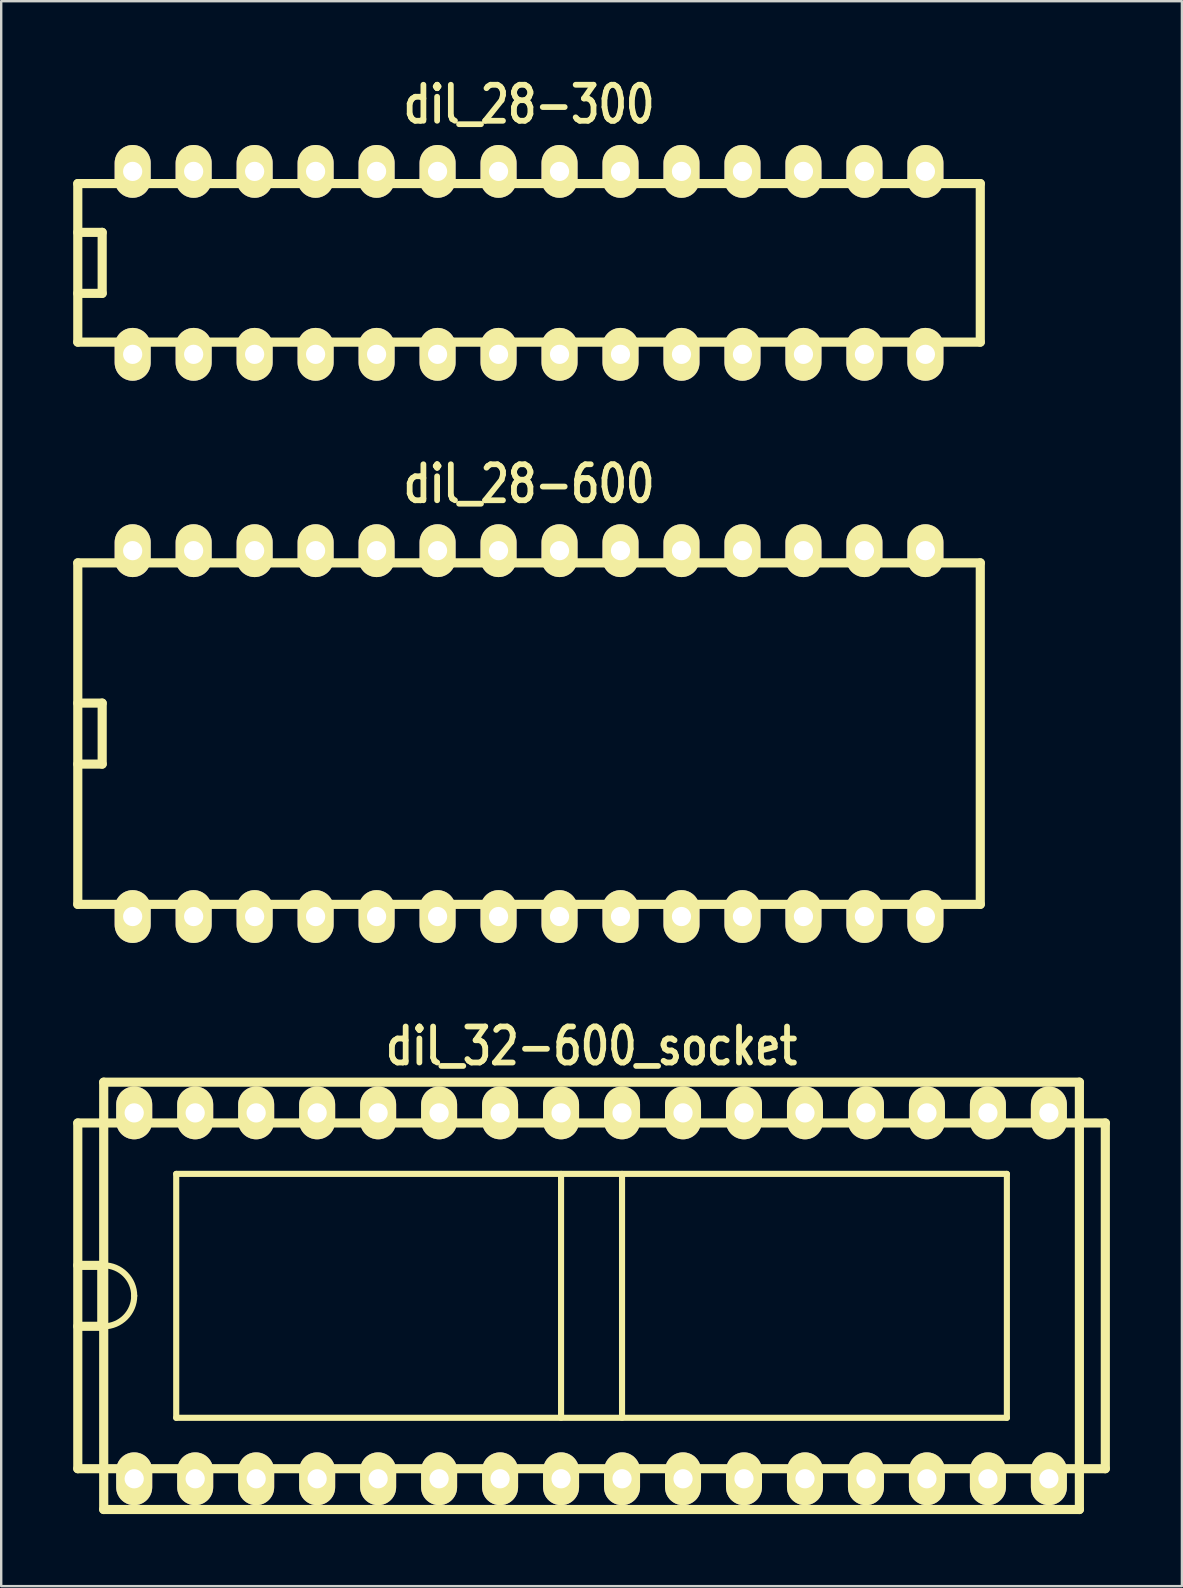
<source format=kicad_pcb>
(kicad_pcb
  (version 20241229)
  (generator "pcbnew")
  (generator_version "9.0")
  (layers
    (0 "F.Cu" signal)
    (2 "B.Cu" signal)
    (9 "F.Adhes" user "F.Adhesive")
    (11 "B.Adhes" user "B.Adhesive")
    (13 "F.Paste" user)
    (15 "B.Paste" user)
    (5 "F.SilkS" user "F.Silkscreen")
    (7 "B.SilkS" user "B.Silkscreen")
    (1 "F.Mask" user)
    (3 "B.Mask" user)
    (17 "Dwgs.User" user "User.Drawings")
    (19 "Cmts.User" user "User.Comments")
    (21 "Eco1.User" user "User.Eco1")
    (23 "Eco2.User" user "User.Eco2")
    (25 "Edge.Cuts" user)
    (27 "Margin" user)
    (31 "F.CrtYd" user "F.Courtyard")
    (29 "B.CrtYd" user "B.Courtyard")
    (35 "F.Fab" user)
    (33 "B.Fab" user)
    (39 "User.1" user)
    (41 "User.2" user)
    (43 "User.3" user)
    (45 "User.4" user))
  (footprint "dil_32-600_socket"
    (layer "F.Cu")
    (at 21.59 50.926)
    (property "Reference" "dil_32-600_socket" (at 0 -10.4 0) (layer "F.SilkS") (effects (font (size 1.5 1.2) (thickness 0.24))))
    (attr through_hole)
    (fp_line (start -21.4 -7.2) (end -21.4 7.2) (stroke (width 0.381) (type solid)) (layer "F.SilkS"))
    (fp_line (start -20.4 -1.27) (end -21.4 -1.27) (stroke (width 0.381) (type solid)) (layer "F.SilkS"))
    (fp_line (start -20.4 -1.27) (end -20.4 1.27) (stroke (width 0.381) (type solid)) (layer "F.SilkS"))
    (fp_line (start -20.4 1.27) (end -21.4 1.27) (stroke (width 0.381) (type solid)) (layer "F.SilkS"))
    (fp_line (start -20.32 -8.9) (end 20.32 -8.9) (stroke (width 0.381) (type solid)) (layer "F.SilkS"))
    (fp_line (start -20.32 8.9) (end -20.32 -8.9) (stroke (width 0.381) (type solid)) (layer "F.SilkS"))
    (fp_line (start -20.32 8.9) (end 20.32 8.9) (stroke (width 0.381) (type solid)) (layer "F.SilkS"))
    (fp_line (start -17.3 -5.08) (end -17.3 5.08) (stroke (width 0.254) (type solid)) (layer "F.SilkS"))
    (fp_line (start -17.3 -5.08) (end 17.3 -5.08) (stroke (width 0.254) (type solid)) (layer "F.SilkS"))
    (fp_line (start -1.27 -5.08) (end -1.27 5.08) (stroke (width 0.254) (type solid)) (layer "F.SilkS"))
    (fp_line (start 1.27 5.08) (end 1.27 -5.08) (stroke (width 0.254) (type solid)) (layer "F.SilkS"))
    (fp_line (start 17.3 -5.08) (end 17.3 5.08) (stroke (width 0.254) (type solid)) (layer "F.SilkS"))
    (fp_line (start 17.3 5.08) (end -17.3 5.08) (stroke (width 0.254) (type solid)) (layer "F.SilkS"))
    (fp_line (start 20.32 -8.9) (end 20.32 8.9) (stroke (width 0.381) (type solid)) (layer "F.SilkS"))
    (fp_line (start 21.4 -7.2) (end -21.4 -7.2) (stroke (width 0.381) (type solid)) (layer "F.SilkS"))
    (fp_line (start 21.4 7.2) (end -21.4 7.2) (stroke (width 0.381) (type solid)) (layer "F.SilkS"))
    (fp_line (start 21.4 7.2) (end 21.4 -7.2) (stroke (width 0.381) (type solid)) (layer "F.SilkS"))
    (fp_arc (start -20.32 -1.27) (mid -19.421974 -0.898026) (end -19.05 0) (stroke (width 0.254) (type solid)) (layer "F.SilkS"))
    (fp_arc (start -19.05 0) (mid -19.421974 0.898026) (end -20.32 1.27) (stroke (width 0.254) (type solid)) (layer "F.SilkS"))
    (pad "1" thru_hole oval (at -19.05 7.62) (size 1.5 2.2) (drill 0.8) (layers "*.Cu" "*.Mask" "F.SilkS"))
    (pad "2" thru_hole oval (at -16.51 7.62) (size 1.5 2.2) (drill 0.8) (layers "*.Cu" "*.Mask" "F.SilkS"))
    (pad "3" thru_hole oval (at -13.97 7.62) (size 1.5 2.2) (drill 0.8) (layers "*.Cu" "*.Mask" "F.SilkS"))
    (pad "4" thru_hole oval (at -11.43 7.62) (size 1.5 2.2) (drill 0.8) (layers "*.Cu" "*.Mask" "F.SilkS"))
    (pad "5" thru_hole oval (at -8.89 7.62) (size 1.5 2.2) (drill 0.8) (layers "*.Cu" "*.Mask" "F.SilkS"))
    (pad "6" thru_hole oval (at -6.35 7.62) (size 1.5 2.2) (drill 0.8) (layers "*.Cu" "*.Mask" "F.SilkS"))
    (pad "7" thru_hole oval (at -3.81 7.62) (size 1.5 2.2) (drill 0.8) (layers "*.Cu" "*.Mask" "F.SilkS"))
    (pad "8" thru_hole oval (at -1.27 7.62) (size 1.5 2.2) (drill 0.8) (layers "*.Cu" "*.Mask" "F.SilkS"))
    (pad "9" thru_hole oval (at 1.27 7.62) (size 1.5 2.2) (drill 0.8) (layers "*.Cu" "*.Mask" "F.SilkS"))
    (pad "10" thru_hole oval (at 3.81 7.62) (size 1.5 2.2) (drill 0.8) (layers "*.Cu" "*.Mask" "F.SilkS"))
    (pad "11" thru_hole oval (at 6.35 7.62) (size 1.5 2.2) (drill 0.8) (layers "*.Cu" "*.Mask" "F.SilkS"))
    (pad "12" thru_hole oval (at 8.89 7.62) (size 1.5 2.2) (drill 0.8) (layers "*.Cu" "*.Mask" "F.SilkS"))
    (pad "13" thru_hole oval (at 11.43 7.62) (size 1.5 2.2) (drill 0.8) (layers "*.Cu" "*.Mask" "F.SilkS"))
    (pad "14" thru_hole oval (at 13.97 7.62) (size 1.5 2.2) (drill 0.8) (layers "*.Cu" "*.Mask" "F.SilkS"))
    (pad "15" thru_hole oval (at 16.51 7.62) (size 1.5 2.2) (drill 0.8) (layers "*.Cu" "*.Mask" "F.SilkS"))
    (pad "16" thru_hole oval (at 19.05 7.62) (size 1.5 2.2) (drill 0.8) (layers "*.Cu" "*.Mask" "F.SilkS"))
    (pad "17" thru_hole oval (at 19.05 -7.62) (size 1.5 2.2) (drill 0.8) (layers "*.Cu" "*.Mask" "F.SilkS"))
    (pad "18" thru_hole oval (at 16.51 -7.62) (size 1.5 2.2) (drill 0.8) (layers "*.Cu" "*.Mask" "F.SilkS"))
    (pad "19" thru_hole oval (at 13.97 -7.62) (size 1.5 2.2) (drill 0.8) (layers "*.Cu" "*.Mask" "F.SilkS"))
    (pad "20" thru_hole oval (at 11.43 -7.62) (size 1.5 2.2) (drill 0.8) (layers "*.Cu" "*.Mask" "F.SilkS"))
    (pad "21" thru_hole oval (at 8.89 -7.62) (size 1.5 2.2) (drill 0.8) (layers "*.Cu" "*.Mask" "F.SilkS"))
    (pad "22" thru_hole oval (at 6.35 -7.62) (size 1.5 2.2) (drill 0.8) (layers "*.Cu" "*.Mask" "F.SilkS"))
    (pad "23" thru_hole oval (at 3.81 -7.62) (size 1.5 2.2) (drill 0.8) (layers "*.Cu" "*.Mask" "F.SilkS"))
    (pad "24" thru_hole oval (at 1.27 -7.62) (size 1.5 2.2) (drill 0.8) (layers "*.Cu" "*.Mask" "F.SilkS"))
    (pad "25" thru_hole oval (at -1.27 -7.62) (size 1.5 2.2) (drill 0.8) (layers "*.Cu" "*.Mask" "F.SilkS"))
    (pad "26" thru_hole oval (at -3.81 -7.62) (size 1.5 2.2) (drill 0.8) (layers "*.Cu" "*.Mask" "F.SilkS"))
    (pad "27" thru_hole oval (at -6.35 -7.62) (size 1.5 2.2) (drill 0.8) (layers "*.Cu" "*.Mask" "F.SilkS"))
    (pad "28" thru_hole oval (at -8.89 -7.62) (size 1.5 2.2) (drill 0.8) (layers "*.Cu" "*.Mask" "F.SilkS"))
    (pad "29" thru_hole oval (at -11.43 -7.62) (size 1.5 2.2) (drill 0.8) (layers "*.Cu" "*.Mask" "F.SilkS"))
    (pad "30" thru_hole oval (at -13.97 -7.62) (size 1.5 2.2) (drill 0.8) (layers "*.Cu" "*.Mask" "F.SilkS"))
    (pad "31" thru_hole oval (at -16.51 -7.62) (size 1.5 2.2) (drill 0.8) (layers "*.Cu" "*.Mask" "F.SilkS"))
    (pad "32" thru_hole oval (at -19.05 -7.62) (size 1.5 2.2) (drill 0.8) (layers "*.Cu" "*.Mask" "F.SilkS")))
  (footprint "dil_28-600"
    (layer "F.Cu")
    (at 18.986 27.507)
    (property "Reference" "dil_28-600" (at 0 -10.4 0) (layer "F.SilkS") (effects (font (size 1.5 1.2) (thickness 0.24))))
    (attr through_hole)
    (fp_line (start -18.796 -7.112) (end -18.796 7.112) (stroke (width 0.381) (type solid)) (layer "F.SilkS"))
    (fp_line (start -17.78 -1.27) (end -18.796 -1.27) (stroke (width 0.381) (type solid)) (layer "F.SilkS"))
    (fp_line (start -17.78 -1.27) (end -17.78 1.27) (stroke (width 0.381) (type solid)) (layer "F.SilkS"))
    (fp_line (start -17.78 1.27) (end -18.796 1.27) (stroke (width 0.381) (type solid)) (layer "F.SilkS"))
    (fp_line (start 18.796 -7.112) (end -18.796 -7.112) (stroke (width 0.381) (type solid)) (layer "F.SilkS"))
    (fp_line (start 18.796 7.112) (end -18.796 7.112) (stroke (width 0.381) (type solid)) (layer "F.SilkS"))
    (fp_line (start 18.796 7.112) (end 18.796 -7.112) (stroke (width 0.381) (type solid)) (layer "F.SilkS"))
    (pad "1" thru_hole oval (at -16.51 7.62) (size 1.5 2.2) (drill 0.8) (layers "*.Cu" "*.Mask" "F.SilkS"))
    (pad "2" thru_hole oval (at -13.97 7.62) (size 1.5 2.2) (drill 0.8) (layers "*.Cu" "*.Mask" "F.SilkS"))
    (pad "3" thru_hole oval (at -11.43 7.62) (size 1.5 2.2) (drill 0.8) (layers "*.Cu" "*.Mask" "F.SilkS"))
    (pad "4" thru_hole oval (at -8.89 7.62) (size 1.5 2.2) (drill 0.8) (layers "*.Cu" "*.Mask" "F.SilkS"))
    (pad "5" thru_hole oval (at -6.35 7.62) (size 1.5 2.2) (drill 0.8) (layers "*.Cu" "*.Mask" "F.SilkS"))
    (pad "6" thru_hole oval (at -3.81 7.62) (size 1.5 2.2) (drill 0.8) (layers "*.Cu" "*.Mask" "F.SilkS"))
    (pad "7" thru_hole oval (at -1.27 7.62) (size 1.5 2.2) (drill 0.8) (layers "*.Cu" "*.Mask" "F.SilkS"))
    (pad "8" thru_hole oval (at 1.27 7.62) (size 1.5 2.2) (drill 0.8) (layers "*.Cu" "*.Mask" "F.SilkS"))
    (pad "9" thru_hole oval (at 3.81 7.62) (size 1.5 2.2) (drill 0.8) (layers "*.Cu" "*.Mask" "F.SilkS"))
    (pad "10" thru_hole oval (at 6.35 7.62) (size 1.5 2.2) (drill 0.8) (layers "*.Cu" "*.Mask" "F.SilkS"))
    (pad "11" thru_hole oval (at 8.89 7.62) (size 1.5 2.2) (drill 0.8) (layers "*.Cu" "*.Mask" "F.SilkS"))
    (pad "12" thru_hole oval (at 11.43 7.62) (size 1.5 2.2) (drill 0.8) (layers "*.Cu" "*.Mask" "F.SilkS"))
    (pad "13" thru_hole oval (at 13.97 7.62) (size 1.5 2.2) (drill 0.8) (layers "*.Cu" "*.Mask" "F.SilkS"))
    (pad "14" thru_hole oval (at 16.51 7.62) (size 1.5 2.2) (drill 0.8) (layers "*.Cu" "*.Mask" "F.SilkS"))
    (pad "15" thru_hole oval (at 16.51 -7.62) (size 1.5 2.2) (drill 0.8) (layers "*.Cu" "*.Mask" "F.SilkS"))
    (pad "16" thru_hole oval (at 13.97 -7.62) (size 1.5 2.2) (drill 0.8) (layers "*.Cu" "*.Mask" "F.SilkS"))
    (pad "17" thru_hole oval (at 11.43 -7.62) (size 1.5 2.2) (drill 0.8) (layers "*.Cu" "*.Mask" "F.SilkS"))
    (pad "18" thru_hole oval (at 8.89 -7.62) (size 1.5 2.2) (drill 0.8) (layers "*.Cu" "*.Mask" "F.SilkS"))
    (pad "19" thru_hole oval (at 6.35 -7.62) (size 1.5 2.2) (drill 0.8) (layers "*.Cu" "*.Mask" "F.SilkS"))
    (pad "20" thru_hole oval (at 3.81 -7.62) (size 1.5 2.2) (drill 0.8) (layers "*.Cu" "*.Mask" "F.SilkS"))
    (pad "21" thru_hole oval (at 1.27 -7.62) (size 1.5 2.2) (drill 0.8) (layers "*.Cu" "*.Mask" "F.SilkS"))
    (pad "22" thru_hole oval (at -1.27 -7.62) (size 1.5 2.2) (drill 0.8) (layers "*.Cu" "*.Mask" "F.SilkS"))
    (pad "23" thru_hole oval (at -3.81 -7.62) (size 1.5 2.2) (drill 0.8) (layers "*.Cu" "*.Mask" "F.SilkS"))
    (pad "24" thru_hole oval (at -6.35 -7.62) (size 1.5 2.2) (drill 0.8) (layers "*.Cu" "*.Mask" "F.SilkS"))
    (pad "25" thru_hole oval (at -8.89 -7.62) (size 1.5 2.2) (drill 0.8) (layers "*.Cu" "*.Mask" "F.SilkS"))
    (pad "26" thru_hole oval (at -11.43 -7.62) (size 1.5 2.2) (drill 0.8) (layers "*.Cu" "*.Mask" "F.SilkS"))
    (pad "27" thru_hole oval (at -13.97 -7.62) (size 1.5 2.2) (drill 0.8) (layers "*.Cu" "*.Mask" "F.SilkS"))
    (pad "28" thru_hole oval (at -16.51 -7.62) (size 1.5 2.2) (drill 0.8) (layers "*.Cu" "*.Mask" "F.SilkS")))
  (footprint "dil_28-300"
    (layer "F.Cu")
    (at 18.986 7.899)
    (property "Reference" "dil_28-300" (at 0 -6.6 0) (layer "F.SilkS") (effects (font (size 1.5 1.2) (thickness 0.24))))
    (attr through_hole)
    (fp_line (start -18.796 3.302) (end -18.796 -3.302) (stroke (width 0.381) (type solid)) (layer "F.SilkS"))
    (fp_line (start -17.78 -1.27) (end -18.796 -1.27) (stroke (width 0.381) (type solid)) (layer "F.SilkS"))
    (fp_line (start -17.78 -1.27) (end -17.78 1.27) (stroke (width 0.381) (type solid)) (layer "F.SilkS"))
    (fp_line (start -17.78 1.27) (end -18.796 1.27) (stroke (width 0.381) (type solid)) (layer "F.SilkS"))
    (fp_line (start 18.796 -3.302) (end -18.796 -3.302) (stroke (width 0.381) (type solid)) (layer "F.SilkS"))
    (fp_line (start 18.796 -3.302) (end 18.796 3.302) (stroke (width 0.381) (type solid)) (layer "F.SilkS"))
    (fp_line (start 18.796 3.302) (end -18.796 3.302) (stroke (width 0.381) (type solid)) (layer "F.SilkS"))
    (pad "1" thru_hole oval (at -16.51 3.81) (size 1.5 2.2) (drill 0.8) (layers "*.Cu" "*.Mask" "F.SilkS"))
    (pad "2" thru_hole oval (at -13.97 3.81) (size 1.5 2.2) (drill 0.8) (layers "*.Cu" "*.Mask" "F.SilkS"))
    (pad "3" thru_hole oval (at -11.43 3.81) (size 1.5 2.2) (drill 0.8) (layers "*.Cu" "*.Mask" "F.SilkS"))
    (pad "4" thru_hole oval (at -8.89 3.81) (size 1.5 2.2) (drill 0.8) (layers "*.Cu" "*.Mask" "F.SilkS"))
    (pad "5" thru_hole oval (at -6.35 3.81) (size 1.5 2.2) (drill 0.8) (layers "*.Cu" "*.Mask" "F.SilkS"))
    (pad "6" thru_hole oval (at -3.81 3.81) (size 1.5 2.2) (drill 0.8) (layers "*.Cu" "*.Mask" "F.SilkS"))
    (pad "7" thru_hole oval (at -1.27 3.81) (size 1.5 2.2) (drill 0.8) (layers "*.Cu" "*.Mask" "F.SilkS"))
    (pad "8" thru_hole oval (at 1.27 3.81) (size 1.5 2.2) (drill 0.8) (layers "*.Cu" "*.Mask" "F.SilkS"))
    (pad "9" thru_hole oval (at 3.81 3.81) (size 1.5 2.2) (drill 0.8) (layers "*.Cu" "*.Mask" "F.SilkS"))
    (pad "10" thru_hole oval (at 6.35 3.81) (size 1.5 2.2) (drill 0.8) (layers "*.Cu" "*.Mask" "F.SilkS"))
    (pad "11" thru_hole oval (at 8.89 3.81) (size 1.5 2.2) (drill 0.8) (layers "*.Cu" "*.Mask" "F.SilkS"))
    (pad "12" thru_hole oval (at 11.43 3.81) (size 1.5 2.2) (drill 0.8) (layers "*.Cu" "*.Mask" "F.SilkS"))
    (pad "13" thru_hole oval (at 13.97 3.81) (size 1.5 2.2) (drill 0.8) (layers "*.Cu" "*.Mask" "F.SilkS"))
    (pad "14" thru_hole oval (at 16.51 3.81) (size 1.5 2.2) (drill 0.8) (layers "*.Cu" "*.Mask" "F.SilkS"))
    (pad "15" thru_hole oval (at 16.51 -3.81) (size 1.5 2.2) (drill 0.8) (layers "*.Cu" "*.Mask" "F.SilkS"))
    (pad "16" thru_hole oval (at 13.97 -3.81) (size 1.5 2.2) (drill 0.8) (layers "*.Cu" "*.Mask" "F.SilkS"))
    (pad "17" thru_hole oval (at 11.43 -3.81) (size 1.5 2.2) (drill 0.8) (layers "*.Cu" "*.Mask" "F.SilkS"))
    (pad "18" thru_hole oval (at 8.89 -3.81) (size 1.5 2.2) (drill 0.8) (layers "*.Cu" "*.Mask" "F.SilkS"))
    (pad "19" thru_hole oval (at 6.35 -3.81) (size 1.5 2.2) (drill 0.8) (layers "*.Cu" "*.Mask" "F.SilkS"))
    (pad "20" thru_hole oval (at 3.81 -3.81) (size 1.5 2.2) (drill 0.8) (layers "*.Cu" "*.Mask" "F.SilkS"))
    (pad "21" thru_hole oval (at 1.27 -3.81) (size 1.5 2.2) (drill 0.8) (layers "*.Cu" "*.Mask" "F.SilkS"))
    (pad "22" thru_hole oval (at -1.27 -3.81) (size 1.5 2.2) (drill 0.8) (layers "*.Cu" "*.Mask" "F.SilkS"))
    (pad "23" thru_hole oval (at -3.81 -3.81) (size 1.5 2.2) (drill 0.8) (layers "*.Cu" "*.Mask" "F.SilkS"))
    (pad "24" thru_hole oval (at -6.35 -3.81) (size 1.5 2.2) (drill 0.8) (layers "*.Cu" "*.Mask" "F.SilkS"))
    (pad "25" thru_hole oval (at -8.89 -3.81) (size 1.5 2.2) (drill 0.8) (layers "*.Cu" "*.Mask" "F.SilkS"))
    (pad "26" thru_hole oval (at -11.43 -3.81) (size 1.5 2.2) (drill 0.8) (layers "*.Cu" "*.Mask" "F.SilkS"))
    (pad "27" thru_hole oval (at -13.97 -3.81) (size 1.5 2.2) (drill 0.8) (layers "*.Cu" "*.Mask" "F.SilkS"))
    (pad "28" thru_hole oval (at -16.51 -3.81) (size 1.5 2.2) (drill 0.8) (layers "*.Cu" "*.Mask" "F.SilkS")))
  (gr_rect
    (start -3 -3)
    (end 46.181 63.017)
    (stroke (width 0.1) (type default))
    (fill no)
    (layer "Edge.Cuts")))
</source>
